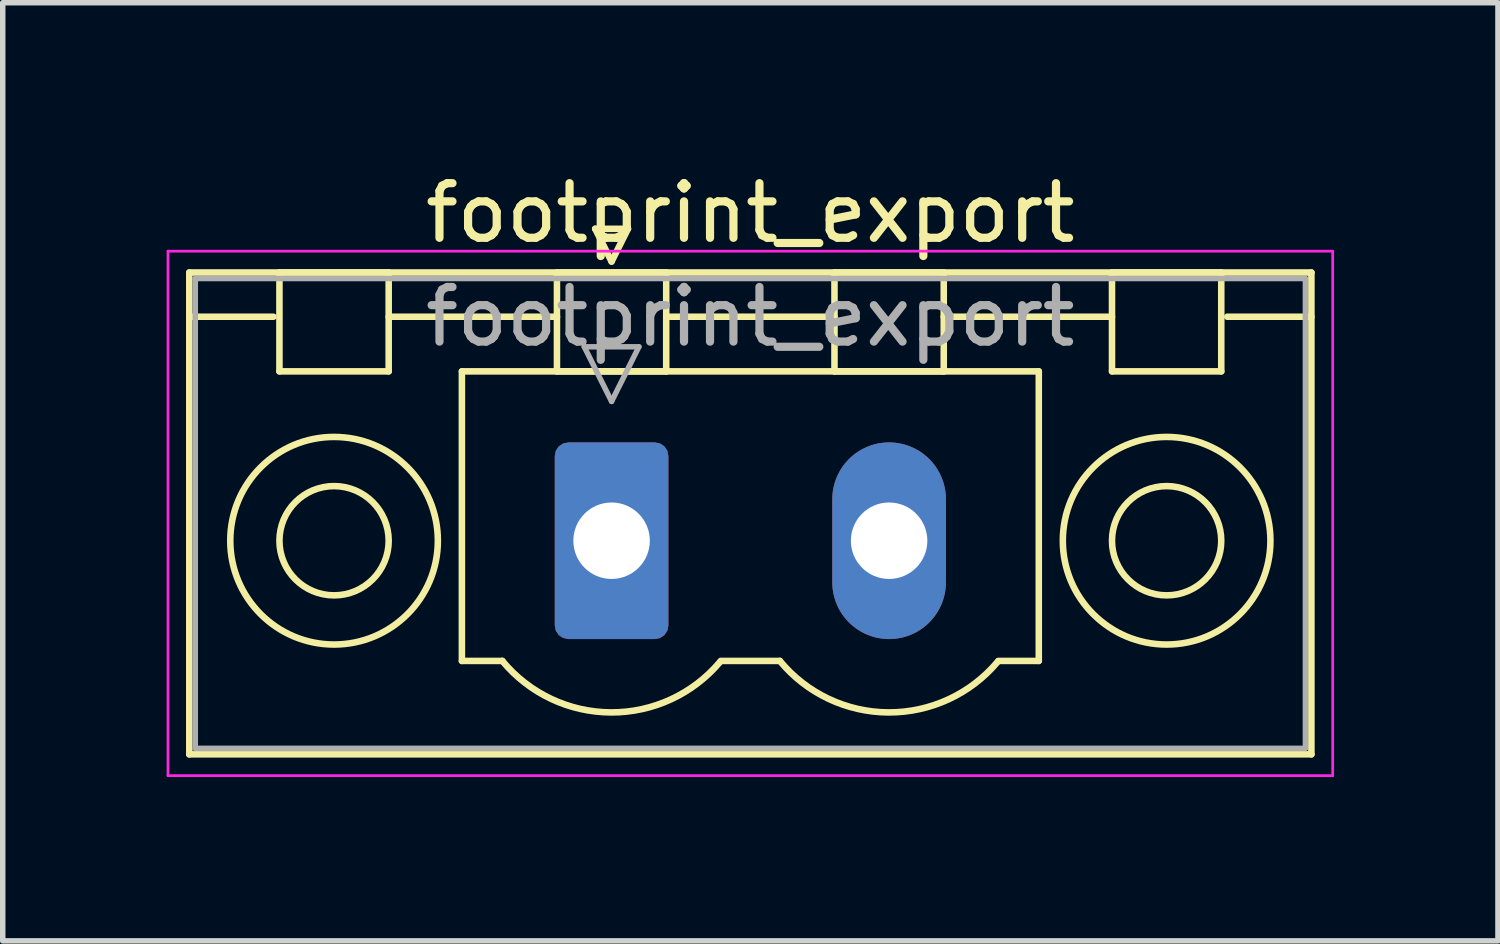
<source format=kicad_pcb>
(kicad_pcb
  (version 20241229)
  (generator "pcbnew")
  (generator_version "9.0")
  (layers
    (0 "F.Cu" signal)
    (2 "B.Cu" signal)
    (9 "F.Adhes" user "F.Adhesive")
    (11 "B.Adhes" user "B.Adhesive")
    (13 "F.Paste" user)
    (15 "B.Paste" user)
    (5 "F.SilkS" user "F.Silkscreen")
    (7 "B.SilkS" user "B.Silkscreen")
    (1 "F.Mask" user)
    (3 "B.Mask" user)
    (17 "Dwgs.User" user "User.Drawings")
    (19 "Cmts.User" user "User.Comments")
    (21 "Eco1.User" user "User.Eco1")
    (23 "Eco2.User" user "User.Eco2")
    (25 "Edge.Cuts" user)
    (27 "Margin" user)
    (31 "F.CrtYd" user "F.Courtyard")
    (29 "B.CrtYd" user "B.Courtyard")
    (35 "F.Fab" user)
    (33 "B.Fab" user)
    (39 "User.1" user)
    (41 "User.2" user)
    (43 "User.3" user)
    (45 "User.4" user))
  (footprint "footprint_export"
    (layer "F.Cu")
    (at 8.145 6.848)
    (property "Reference" "footprint_export" (at 2.54 -6 0) (layer "F.SilkS") (effects (font (size 1 1) (thickness 0.15))))
    (attr through_hole)
    (fp_line (start -7.73 -4.91) (end -7.73 3.91) (stroke (width 0.12) (type solid)) (layer "F.SilkS"))
    (fp_line (start -7.73 -4.1) (end -6.19 -4.1) (stroke (width 0.12) (type solid)) (layer "F.SilkS"))
    (fp_line (start -7.73 3.91) (end 12.81 3.91) (stroke (width 0.12) (type solid)) (layer "F.SilkS"))
    (fp_line (start -6.08 -4.91) (end -4.08 -4.91) (stroke (width 0.12) (type solid)) (layer "F.SilkS"))
    (fp_line (start -6.08 -3.1) (end -6.08 -4.91) (stroke (width 0.12) (type solid)) (layer "F.SilkS"))
    (fp_line (start -4.08 -4.91) (end -4.08 -3.1) (stroke (width 0.12) (type solid)) (layer "F.SilkS"))
    (fp_line (start -4.08 -4.1) (end -1 -4.1) (stroke (width 0.12) (type solid)) (layer "F.SilkS"))
    (fp_line (start -4.08 -3.1) (end -6.08 -3.1) (stroke (width 0.12) (type solid)) (layer "F.SilkS"))
    (fp_line (start -2.74 -3.1) (end 7.82 -3.1) (stroke (width 0.12) (type solid)) (layer "F.SilkS"))
    (fp_line (start -2.74 2.2) (end -2.74 -3.1) (stroke (width 0.12) (type solid)) (layer "F.SilkS"))
    (fp_line (start -2 2.2) (end -2.74 2.2) (stroke (width 0.12) (type solid)) (layer "F.SilkS"))
    (fp_line (start -1 -4.91) (end 1 -4.91) (stroke (width 0.12) (type solid)) (layer "F.SilkS"))
    (fp_line (start -1 -3.1) (end -1 -4.91) (stroke (width 0.12) (type solid)) (layer "F.SilkS"))
    (fp_line (start -0.3 -5.71) (end 0.3 -5.71) (stroke (width 0.12) (type solid)) (layer "F.SilkS"))
    (fp_line (start 0 -5.11) (end -0.3 -5.71) (stroke (width 0.12) (type solid)) (layer "F.SilkS"))
    (fp_line (start 0.3 -5.71) (end 0 -5.11) (stroke (width 0.12) (type solid)) (layer "F.SilkS"))
    (fp_line (start 1 -4.91) (end 1 -3.1) (stroke (width 0.12) (type solid)) (layer "F.SilkS"))
    (fp_line (start 1 -4.1) (end 4.08 -4.1) (stroke (width 0.12) (type solid)) (layer "F.SilkS"))
    (fp_line (start 1 -3.1) (end -1 -3.1) (stroke (width 0.12) (type solid)) (layer "F.SilkS"))
    (fp_line (start 2 2.2) (end 3.08 2.2) (stroke (width 0.12) (type solid)) (layer "F.SilkS"))
    (fp_line (start 4.08 -4.91) (end 6.08 -4.91) (stroke (width 0.12) (type solid)) (layer "F.SilkS"))
    (fp_line (start 4.08 -3.1) (end 4.08 -4.91) (stroke (width 0.12) (type solid)) (layer "F.SilkS"))
    (fp_line (start 6.08 -4.91) (end 6.08 -3.1) (stroke (width 0.12) (type solid)) (layer "F.SilkS"))
    (fp_line (start 6.08 -4.1) (end 9.16 -4.1) (stroke (width 0.12) (type solid)) (layer "F.SilkS"))
    (fp_line (start 6.08 -3.1) (end 4.08 -3.1) (stroke (width 0.12) (type solid)) (layer "F.SilkS"))
    (fp_line (start 7.82 -3.1) (end 7.82 2.2) (stroke (width 0.12) (type solid)) (layer "F.SilkS"))
    (fp_line (start 7.82 2.2) (end 7.08 2.2) (stroke (width 0.12) (type solid)) (layer "F.SilkS"))
    (fp_line (start 9.16 -4.91) (end 11.16 -4.91) (stroke (width 0.12) (type solid)) (layer "F.SilkS"))
    (fp_line (start 9.16 -3.1) (end 9.16 -4.91) (stroke (width 0.12) (type solid)) (layer "F.SilkS"))
    (fp_line (start 11.16 -4.91) (end 11.16 -3.1) (stroke (width 0.12) (type solid)) (layer "F.SilkS"))
    (fp_line (start 11.16 -3.1) (end 9.16 -3.1) (stroke (width 0.12) (type solid)) (layer "F.SilkS"))
    (fp_line (start 12.81 -4.91) (end -7.73 -4.91) (stroke (width 0.12) (type solid)) (layer "F.SilkS"))
    (fp_line (start 12.81 -4.1) (end 11.27 -4.1) (stroke (width 0.12) (type solid)) (layer "F.SilkS"))
    (fp_line (start 12.81 3.91) (end 12.81 -4.91) (stroke (width 0.12) (type solid)) (layer "F.SilkS"))
    (fp_arc (start 1.986842 2.215821) (mid -0.010289 3.142758) (end -2 2.2) (stroke (width 0.12) (type solid)) (layer "F.SilkS"))
    (fp_arc (start 7.066842 2.215821) (mid 5.069711 3.142758) (end 3.08 2.2) (stroke (width 0.12) (type solid)) (layer "F.SilkS"))
    (fp_circle (center -5.08 0) (end -4.08 0) (stroke (width 0.12) (type solid)) (fill no) (layer "F.SilkS"))
    (fp_circle (center -5.08 0) (end -3.18 0) (stroke (width 0.12) (type solid)) (fill no) (layer "F.SilkS"))
    (fp_circle (center 10.16 0) (end 11.16 0) (stroke (width 0.12) (type solid)) (fill no) (layer "F.SilkS"))
    (fp_circle (center 10.16 0) (end 12.06 0) (stroke (width 0.12) (type solid)) (fill no) (layer "F.SilkS"))
    (fp_line (start -8.12 -5.3) (end -8.12 4.3) (stroke (width 0.05) (type solid)) (layer "F.CrtYd"))
    (fp_line (start -8.12 4.3) (end 13.2 4.3) (stroke (width 0.05) (type solid)) (layer "F.CrtYd"))
    (fp_line (start 13.2 -5.3) (end -8.12 -5.3) (stroke (width 0.05) (type solid)) (layer "F.CrtYd"))
    (fp_line (start 13.2 4.3) (end 13.2 -5.3) (stroke (width 0.05) (type solid)) (layer "F.CrtYd"))
    (fp_line (start -7.62 -4.8) (end -7.62 3.8) (stroke (width 0.1) (type solid)) (layer "F.Fab"))
    (fp_line (start -7.62 3.8) (end 12.7 3.8) (stroke (width 0.1) (type solid)) (layer "F.Fab"))
    (fp_line (start -0.5 -3.55) (end 0.5 -3.55) (stroke (width 0.1) (type solid)) (layer "F.Fab"))
    (fp_line (start 0 -2.55) (end -0.5 -3.55) (stroke (width 0.1) (type solid)) (layer "F.Fab"))
    (fp_line (start 0.5 -3.55) (end 0 -2.55) (stroke (width 0.1) (type solid)) (layer "F.Fab"))
    (fp_line (start 12.7 -4.8) (end -7.62 -4.8) (stroke (width 0.1) (type solid)) (layer "F.Fab"))
    (fp_line (start 12.7 3.8) (end 12.7 -4.8) (stroke (width 0.1) (type solid)) (layer "F.Fab"))
    (fp_text user "${REFERENCE}" (at 2.54 -4.1 0) (layer "F.Fab") (effects (font (size 1 1) (thickness 0.15))))
    (pad "1" thru_hole roundrect (at 0 0) (size 2.08 3.6) (drill 1.4) (layers "*.Cu" "*.Mask") (roundrect_rratio 0.12))
    (pad "2" thru_hole oval (at 5.08 0) (size 2.08 3.6) (drill 1.4) (layers "*.Cu" "*.Mask")))
  (gr_rect
    (start -3 -3)
    (end 24.37 14.173)
    (stroke (width 0.1) (type default))
    (fill no)
    (layer "Edge.Cuts")))
</source>
